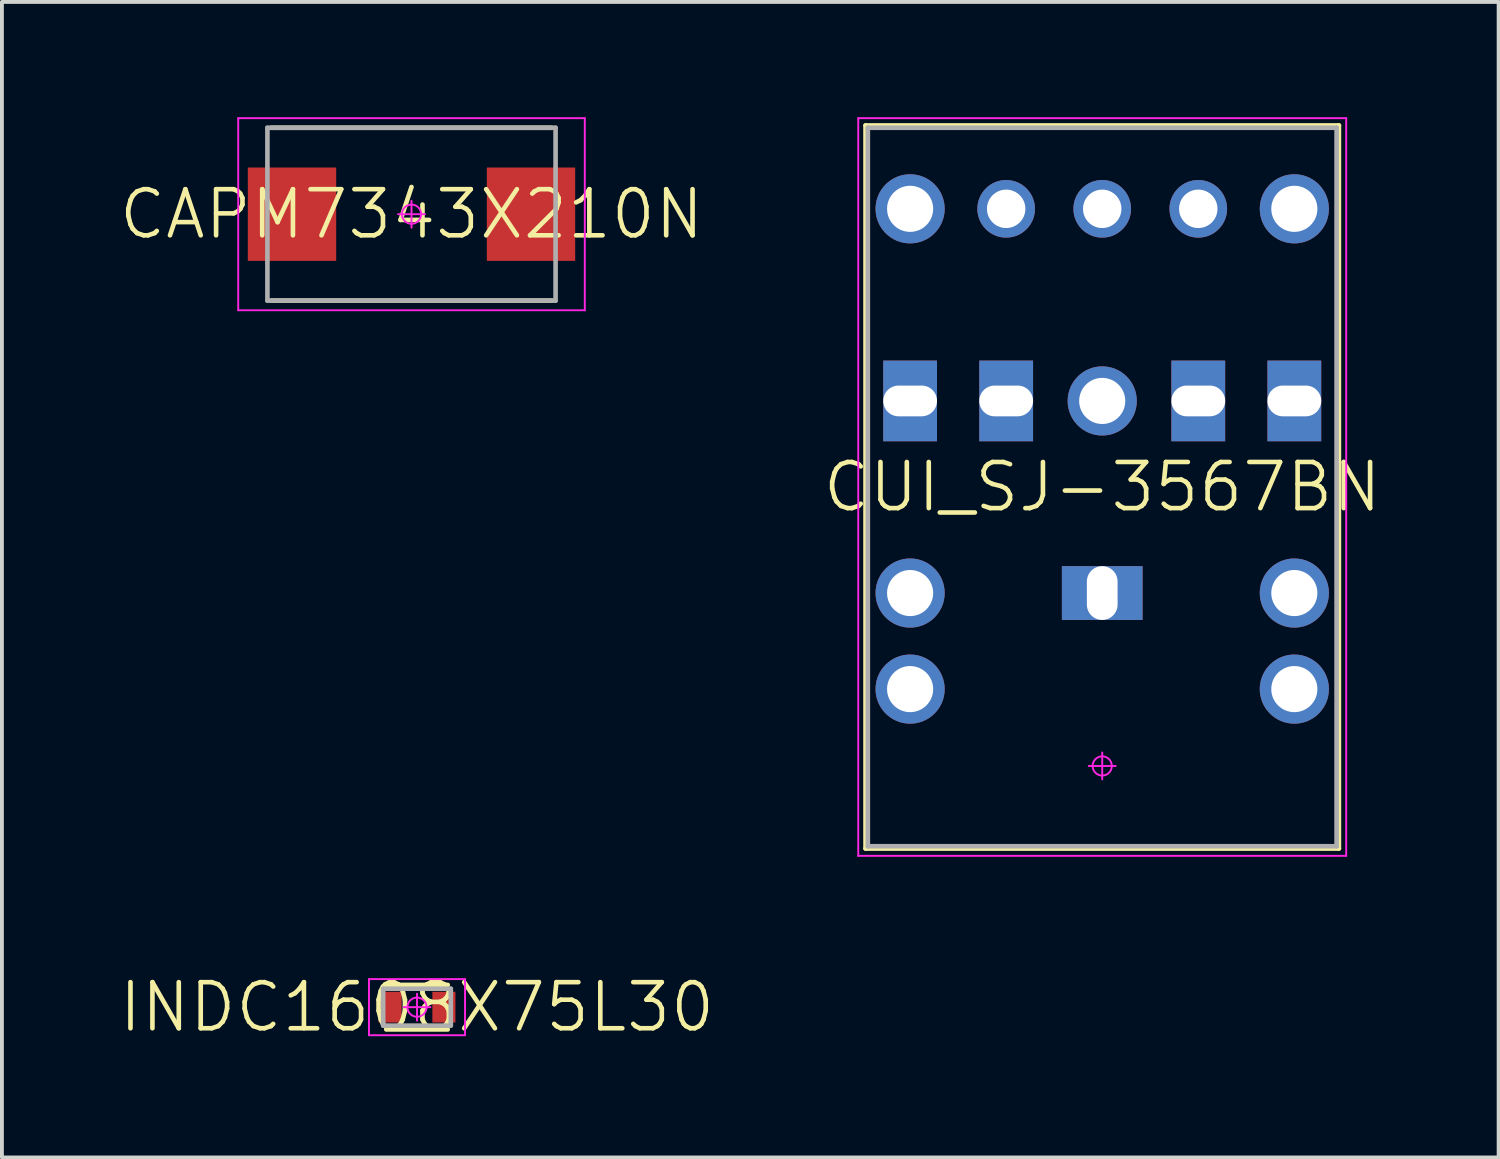
<source format=kicad_pcb>
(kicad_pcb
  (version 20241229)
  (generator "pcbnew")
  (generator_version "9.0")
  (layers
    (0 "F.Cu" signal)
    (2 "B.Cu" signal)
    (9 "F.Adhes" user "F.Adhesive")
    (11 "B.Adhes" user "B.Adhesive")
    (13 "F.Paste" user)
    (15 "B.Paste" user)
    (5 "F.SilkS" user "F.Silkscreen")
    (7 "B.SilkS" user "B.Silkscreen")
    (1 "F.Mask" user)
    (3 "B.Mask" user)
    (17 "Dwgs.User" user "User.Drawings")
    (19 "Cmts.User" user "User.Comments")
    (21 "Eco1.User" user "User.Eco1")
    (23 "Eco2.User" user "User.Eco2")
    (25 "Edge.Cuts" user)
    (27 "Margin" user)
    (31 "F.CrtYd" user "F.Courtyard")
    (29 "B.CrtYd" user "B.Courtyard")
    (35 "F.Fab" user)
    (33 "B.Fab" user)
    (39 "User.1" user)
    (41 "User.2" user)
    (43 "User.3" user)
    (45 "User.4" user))
  (footprint "CAPM7343X210N"
    (layer "F.Cu")
    (at 7.66 2.525)
    (property "Reference" "CAPM7343X210N" (at 0 0 0) (layer "F.SilkS") (effects (font (size 1.2 1.2) (thickness 0.12))))
    (attr smd)
    (fp_line (start 3.65 -2.25) (end -3.65 -2.25) (stroke (width 0.12) (type solid)) (layer "F.SilkS"))
    (fp_line (start 3.65 2.25) (end -3.65 2.25) (stroke (width 0.12) (type solid)) (layer "F.SilkS"))
    (fp_line (start -4.51 -2.5) (end 4.51 -2.5) (stroke (width 0.05) (type solid)) (layer "F.CrtYd"))
    (fp_line (start -4.51 2.5) (end -4.51 -2.5) (stroke (width 0.05) (type solid)) (layer "F.CrtYd"))
    (fp_line (start 0 -0.35) (end 0 0.35) (stroke (width 0.05) (type solid)) (layer "F.CrtYd"))
    (fp_line (start 0.35 0) (end -0.35 0) (stroke (width 0.05) (type solid)) (layer "F.CrtYd"))
    (fp_line (start 4.51 -2.5) (end 4.51 2.5) (stroke (width 0.05) (type solid)) (layer "F.CrtYd"))
    (fp_line (start 4.51 2.5) (end -4.51 2.5) (stroke (width 0.05) (type solid)) (layer "F.CrtYd"))
    (fp_circle (center 0 0) (end 0 0.25) (stroke (width 0.05) (type solid)) (fill no) (layer "F.CrtYd"))
    (fp_line (start -3.75 -2.25) (end 3.75 -2.25) (stroke (width 0.12) (type solid)) (layer "F.Fab"))
    (fp_line (start -3.75 2.25) (end -3.75 -2.25) (stroke (width 0.12) (type solid)) (layer "F.Fab"))
    (fp_line (start 3.75 -2.25) (end 3.75 2.25) (stroke (width 0.12) (type solid)) (layer "F.Fab"))
    (fp_line (start 3.75 2.25) (end -3.75 2.25) (stroke (width 0.12) (type solid)) (layer "F.Fab"))
    (pad "1" smd rect (at -3.11 0) (size 2.3 2.43) (layers "F.Cu" "F.Mask" "F.Paste"))
    (pad "2" smd rect (at 3.11 0) (size 2.3 2.43) (layers "F.Cu" "F.Mask" "F.Paste")))
  (footprint "INDC1608X75L30"
    (layer "F.Cu")
    (at 7.803 23.163)
    (property "Reference" "INDC1608X75L30" (at 0 0 0) (layer "F.SilkS") (effects (font (size 1.2 1.2) (thickness 0.12))))
    (attr smd)
    (fp_line (start 0.8 -0.58) (end -0.8 -0.58) (stroke (width 0.12) (type solid)) (layer "F.SilkS"))
    (fp_line (start 0.8 0.58) (end -0.8 0.58) (stroke (width 0.12) (type solid)) (layer "F.SilkS"))
    (fp_line (start -1.25 -0.73) (end 1.25 -0.73) (stroke (width 0.05) (type solid)) (layer "F.CrtYd"))
    (fp_line (start -1.25 0.73) (end -1.25 -0.73) (stroke (width 0.05) (type solid)) (layer "F.CrtYd"))
    (fp_line (start 0 -0.35) (end 0 0.35) (stroke (width 0.05) (type solid)) (layer "F.CrtYd"))
    (fp_line (start 0.35 0) (end -0.35 0) (stroke (width 0.05) (type solid)) (layer "F.CrtYd"))
    (fp_line (start 1.25 -0.73) (end 1.25 0.73) (stroke (width 0.05) (type solid)) (layer "F.CrtYd"))
    (fp_line (start 1.25 0.73) (end -1.25 0.73) (stroke (width 0.05) (type solid)) (layer "F.CrtYd"))
    (fp_circle (center 0 0) (end 0 0.25) (stroke (width 0.05) (type solid)) (fill no) (layer "F.CrtYd"))
    (fp_line (start -0.88 -0.48) (end 0.88 -0.48) (stroke (width 0.12) (type solid)) (layer "F.Fab"))
    (fp_line (start -0.88 0.48) (end -0.88 -0.48) (stroke (width 0.12) (type solid)) (layer "F.Fab"))
    (fp_line (start 0.88 -0.48) (end 0.88 0.48) (stroke (width 0.12) (type solid)) (layer "F.Fab"))
    (fp_line (start 0.88 0.48) (end -0.88 0.48) (stroke (width 0.12) (type solid)) (layer "F.Fab"))
    (pad "1" smd rect (at -0.7 0) (size 0.6 0.8) (layers "F.Cu" "F.Mask" "F.Paste"))
    (pad "2" smd rect (at 0.7 0) (size 0.6 0.8) (layers "F.Cu" "F.Mask" "F.Paste")))
  (footprint "CUI_SJ-3567BN"
    (layer "F.Cu")
    (at 25.637 16.885)
    (property "Reference" "CUI_SJ-3567BN" (at 0 -7.26 0) (layer "F.SilkS") (effects (font (size 1.2 1.2) (thickness 0.12))))
    (attr through_hole)
    (fp_line (start -6.16 -16.67) (end 6.16 -16.67) (stroke (width 0.12) (type solid)) (layer "F.SilkS"))
    (fp_line (start -6.16 2.15) (end -6.16 -16.67) (stroke (width 0.12) (type solid)) (layer "F.SilkS"))
    (fp_line (start 6.16 -16.67) (end 6.16 2.15) (stroke (width 0.12) (type solid)) (layer "F.SilkS"))
    (fp_line (start 6.16 2.15) (end -6.16 2.15) (stroke (width 0.12) (type solid)) (layer "F.SilkS"))
    (fp_line (start -6.35 -16.86) (end 6.35 -16.86) (stroke (width 0.05) (type solid)) (layer "F.CrtYd"))
    (fp_line (start -6.35 2.34) (end -6.35 -16.86) (stroke (width 0.05) (type solid)) (layer "F.CrtYd"))
    (fp_line (start 0 -0.35) (end 0 0.35) (stroke (width 0.05) (type solid)) (layer "F.CrtYd"))
    (fp_line (start 0.35 0) (end -0.35 0) (stroke (width 0.05) (type solid)) (layer "F.CrtYd"))
    (fp_line (start 6.35 -16.86) (end 6.35 2.34) (stroke (width 0.05) (type solid)) (layer "F.CrtYd"))
    (fp_line (start 6.35 2.34) (end -6.35 2.34) (stroke (width 0.05) (type solid)) (layer "F.CrtYd"))
    (fp_circle (center 0 0) (end 0 0.25) (stroke (width 0.05) (type solid)) (fill no) (layer "F.CrtYd"))
    (fp_line (start -6.1 -16.61) (end 6.1 -16.61) (stroke (width 0.12) (type solid)) (layer "F.Fab"))
    (fp_line (start -6.1 2.09) (end -6.1 -16.61) (stroke (width 0.12) (type solid)) (layer "F.Fab"))
    (fp_line (start 6.1 -16.61) (end 6.1 2.09) (stroke (width 0.12) (type solid)) (layer "F.Fab"))
    (fp_line (start 6.1 2.09) (end -6.1 2.09) (stroke (width 0.12) (type solid)) (layer "F.Fab"))
    (pad "1" thru_hole rect (at 0 -4.5 90) (size 1.4 2.1) (drill oval 1.5 0.8) (layers "*.Cu" "*.Mask"))
    (pad "2" thru_hole rect (at 5 -9.5) (size 1.4 2.1) (drill oval 1.5 0.8) (layers "*.Cu" "*.Mask"))
    (pad "3" thru_hole rect (at -5 -9.5) (size 1.4 2.1) (drill oval 1.5 0.8) (layers "*.Cu" "*.Mask"))
    (pad "4" thru_hole circle (at -2.5 -14.5) (size 1.5 1.5) (drill 1) (layers "*.Cu" "*.Mask"))
    (pad "5" thru_hole circle (at 0 -14.5) (size 1.5 1.5) (drill 1) (layers "*.Cu" "*.Mask"))
    (pad "6" thru_hole circle (at 2.5 -14.5) (size 1.5 1.5) (drill 1) (layers "*.Cu" "*.Mask"))
    (pad "7" thru_hole circle (at -5 -14.5) (size 1.8 1.8) (drill 1.2) (layers "*.Cu" "*.Mask"))
    (pad "8" thru_hole circle (at 5 -14.5) (size 1.8 1.8) (drill 1.2) (layers "*.Cu" "*.Mask"))
    (pad "9" thru_hole circle (at -5 -4.5) (size 1.8 1.8) (drill 1.2) (layers "*.Cu" "*.Mask"))
    (pad "10" thru_hole rect (at 2.5 -9.5) (size 1.4 2.1) (drill oval 1.5 0.8) (layers "*.Cu" "*.Mask"))
    (pad "11" thru_hole rect (at -2.5 -9.5) (size 1.4 2.1) (drill oval 1.5 0.8) (layers "*.Cu" "*.Mask"))
    (pad "12" thru_hole circle (at 5 -4.5) (size 1.8 1.8) (drill 1.2) (layers "*.Cu" "*.Mask"))
    (pad "13" thru_hole circle (at -5 -2) (size 1.8 1.8) (drill 1.2) (layers "*.Cu" "*.Mask"))
    (pad "14" thru_hole circle (at 5 -2) (size 1.8 1.8) (drill 1.2) (layers "*.Cu" "*.Mask"))
    (pad "15" thru_hole circle (at 0 -9.5) (size 1.8 1.8) (drill 1.2) (layers "*.Cu" "*.Mask")))
  (gr_rect
    (start -3 -3)
    (end 35.954 27.075)
    (stroke (width 0.1) (type default))
    (fill no)
    (layer "Edge.Cuts")))
</source>
